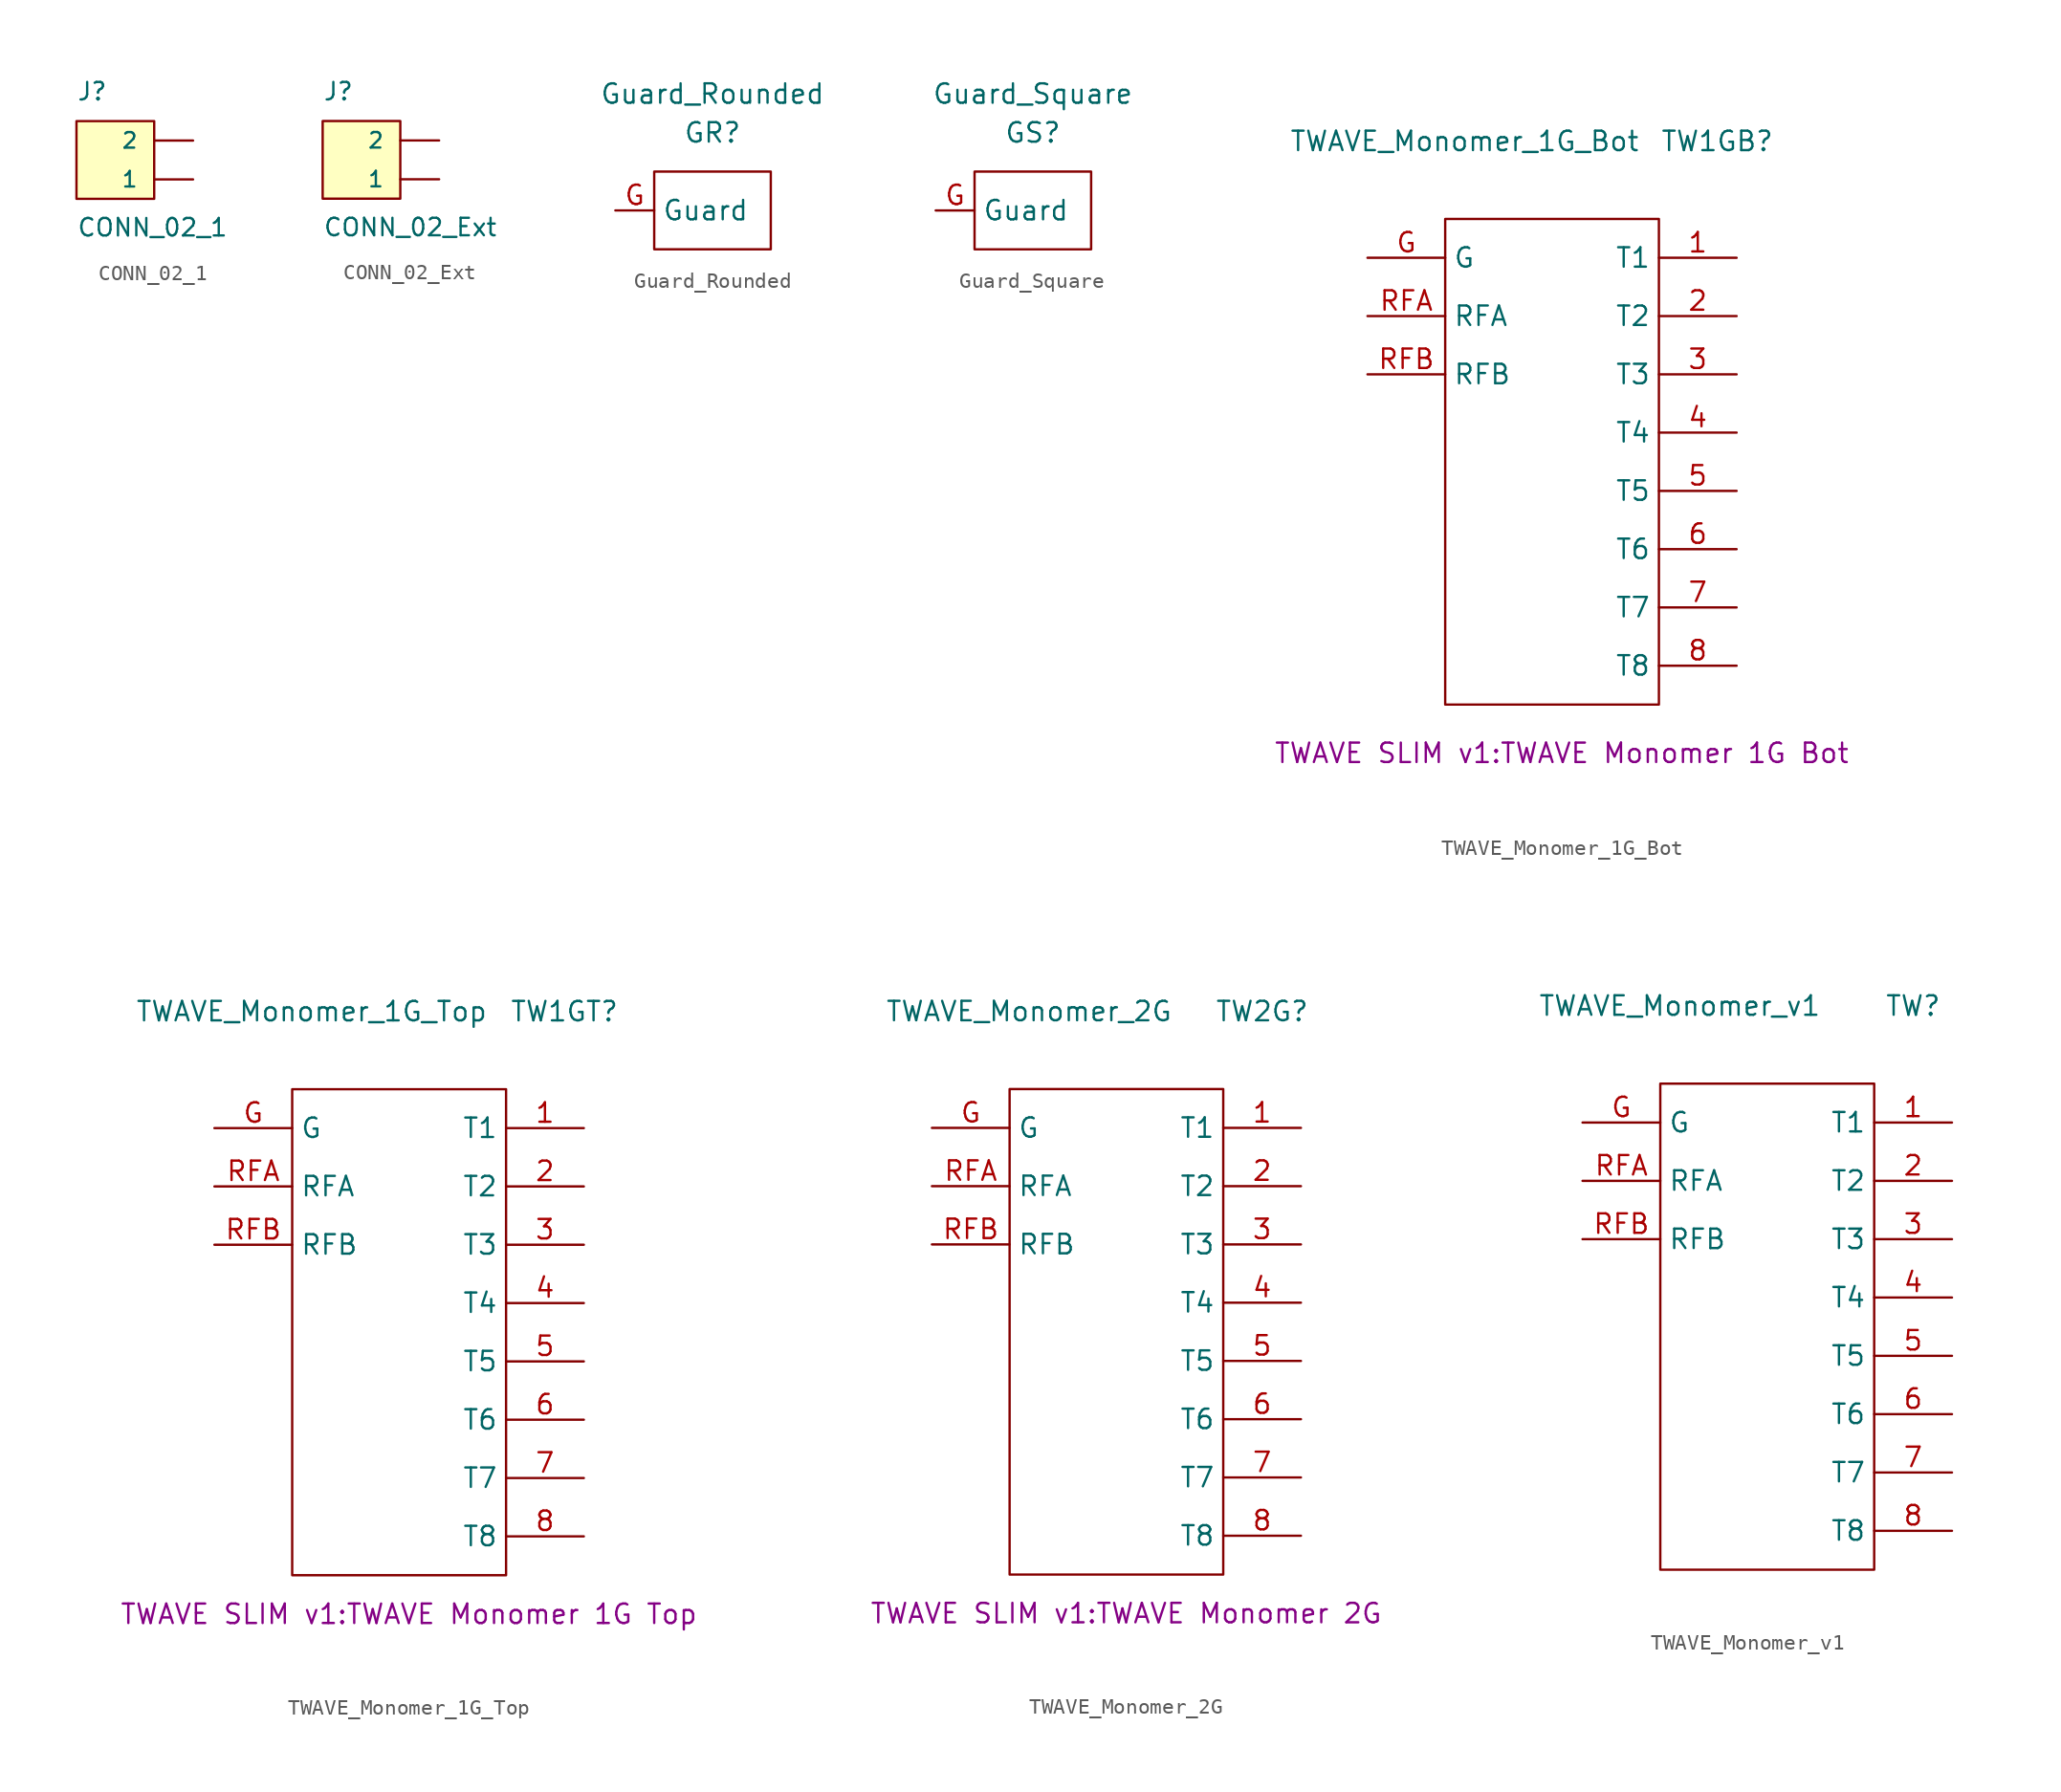
<source format=kicad_sym>
(kicad_symbol_lib
  (version 20211014)
  (generator kicad_symbol_editor)
  (symbol "CONN_02_1"
    (pin_numbers hide)
    (pin_names
      (offset 1.016))
    (property "Reference" "J"
      (at -5.08 5.08 0)
      (effects (font (size 1.143 1.143)) (justify left bottom)))
    (property "Value" "CONN_02_1"
      (at -5.08 -3.81 0)
      (effects (font (size 1.143 1.143)) (justify left bottom)))
    (property "ki_locked" ""
      (at 0 0 0)
      (effects (font (size 1.27 1.27))))
    (symbol "CONN_02_1_1_0"
      (rectangle (start 0 -1.27) (end -5.08 3.81) (stroke (width 0) (type default) (color 0 0 0 0)) (fill (type background))))
    (symbol "CONN_02_1_1_1"
      (pin passive line (at 2.54 0 180) (length 2.54) (name "1" (effects (font (size 1.016 1.016)))) (number "1" (effects (font (size 1.016 1.016)))))
      (pin passive line (at 2.54 2.54 180) (length 2.54) (name "2" (effects (font (size 1.016 1.016)))) (number "2" (effects (font (size 1.016 1.016)))))))
  (symbol "CONN_02_Ext"
    (pin_numbers hide)
    (pin_names
      (offset 1.016))
    (property "Reference" "J"
      (at -5.08 5.08 0)
      (effects (font (size 1.143 1.143)) (justify left bottom)))
    (property "Value" "CONN_02_Ext"
      (at -5.08 -3.81 0)
      (effects (font (size 1.143 1.143)) (justify left bottom)))
    (symbol "CONN_02_Ext_1_0"
      (rectangle (start 0 -1.27) (end -5.08 3.81) (stroke (width 0) (type default) (color 0 0 0 0)) (fill (type background))))
    (symbol "CONN_02_Ext_1_1"
      (pin passive line (at 2.54 0 180) (length 2.54) (name "1" (effects (font (size 1.016 1.016)))) (number "1" (effects (font (size 1.016 1.016)))))
      (pin passive line (at 2.54 2.54 180) (length 2.54) (name "2" (effects (font (size 1.016 1.016)))) (number "2" (effects (font (size 1.016 1.016)))))))
  (symbol "Guard_Rounded"
    (property "Reference" "GR"
      (at 0 0 0)
      (effects (font (size 1.27 1.27))))
    (property "Value" "Guard_Rounded"
      (at 0 2.54 0)
      (effects (font (size 1.27 1.27))))
    (symbol "Guard_Rounded_0_1"
      (rectangle (start -3.81 -2.54) (end 3.81 -7.62) (stroke (width 0) (type default) (color 0 0 0 0)) (fill (type none))))
    (symbol "Guard_Rounded_1_1"
      (pin input line (at -6.35 -5.08 0) (length 2.54) (name "Guard" (effects (font (size 1.27 1.27)))) (number "G" (effects (font (size 1.27 1.27)))))))
  (symbol "Guard_Square"
    (property "Reference" "GS"
      (at 0 0 0)
      (effects (font (size 1.27 1.27))))
    (property "Value" "Guard_Square"
      (at 0 2.54 0)
      (effects (font (size 1.27 1.27))))
    (symbol "Guard_Square_0_1"
      (rectangle (start -3.81 -2.54) (end 3.81 -7.62) (stroke (width 0) (type default) (color 0 0 0 0)) (fill (type none))))
    (symbol "Guard_Square_1_1"
      (pin input line (at -6.35 -5.08 0) (length 2.54) (name "Guard" (effects (font (size 1.27 1.27)))) (number "G" (effects (font (size 1.27 1.27)))))))
  (symbol "TWAVE_Monomer_1G_Bot"
    (property "Reference" "TW1GB"
      (at 10.16 20.955 0)
      (effects (font (size 1.27 1.27))))
    (property "Value" "TWAVE_Monomer_1G_Bot"
      (at -6.35 20.955 0)
      (effects (font (size 1.27 1.27))))
    (property "Footprint" "TWAVE SLIM v1:TWAVE Monomer 1G Bot"
      (at 0 -19.05 0)
      (effects (font (size 1.27 1.27))))
    (symbol "TWAVE_Monomer_1G_Bot_0_1"
      (rectangle (start -7.62 15.875) (end 6.35 -15.875) (stroke (width 0) (type default) (color 0 0 0 0)) (fill (type none))))
    (symbol "TWAVE_Monomer_1G_Bot_1_1"
      (pin input line (at 11.43 13.335 180) (length 5.08) (name "T1" (effects (font (size 1.27 1.27)))) (number "1" (effects (font (size 1.27 1.27)))))
      (pin input line (at 11.43 9.525 180) (length 5.08) (name "T2" (effects (font (size 1.27 1.27)))) (number "2" (effects (font (size 1.27 1.27)))))
      (pin input line (at 11.43 5.715 180) (length 5.08) (name "T3" (effects (font (size 1.27 1.27)))) (number "3" (effects (font (size 1.27 1.27)))))
      (pin input line (at 11.43 1.905 180) (length 5.08) (name "T4" (effects (font (size 1.27 1.27)))) (number "4" (effects (font (size 1.27 1.27)))))
      (pin input line (at 11.43 -1.905 180) (length 5.08) (name "T5" (effects (font (size 1.27 1.27)))) (number "5" (effects (font (size 1.27 1.27)))))
      (pin input line (at 11.43 -5.715 180) (length 5.08) (name "T6" (effects (font (size 1.27 1.27)))) (number "6" (effects (font (size 1.27 1.27)))))
      (pin input line (at 11.43 -9.525 180) (length 5.08) (name "T7" (effects (font (size 1.27 1.27)))) (number "7" (effects (font (size 1.27 1.27)))))
      (pin input line (at 11.43 -13.335 180) (length 5.08) (name "T8" (effects (font (size 1.27 1.27)))) (number "8" (effects (font (size 1.27 1.27)))))
      (pin input line (at -12.7 13.335 0) (length 5.08) (name "G" (effects (font (size 1.27 1.27)))) (number "G" (effects (font (size 1.27 1.27)))))
      (pin input line (at -12.7 9.525 0) (length 5.08) (name "RFA" (effects (font (size 1.27 1.27)))) (number "RFA" (effects (font (size 1.27 1.27)))))
      (pin input line (at -12.7 5.715 0) (length 5.08) (name "RFB" (effects (font (size 1.27 1.27)))) (number "RFB" (effects (font (size 1.27 1.27)))))))
  (symbol "TWAVE_Monomer_1G_Top"
    (property "Reference" "TW1GT"
      (at 10.16 20.955 0)
      (effects (font (size 1.27 1.27))))
    (property "Value" "TWAVE_Monomer_1G_Top"
      (at -6.35 20.955 0)
      (effects (font (size 1.27 1.27))))
    (property "Footprint" "TWAVE SLIM v1:TWAVE Monomer 1G Top"
      (at 0 -18.415 0)
      (effects (font (size 1.27 1.27))))
    (symbol "TWAVE_Monomer_1G_Top_0_1"
      (rectangle (start -7.62 15.875) (end 6.35 -15.875) (stroke (width 0) (type default) (color 0 0 0 0)) (fill (type none))))
    (symbol "TWAVE_Monomer_1G_Top_1_1"
      (pin input line (at 11.43 13.335 180) (length 5.08) (name "T1" (effects (font (size 1.27 1.27)))) (number "1" (effects (font (size 1.27 1.27)))))
      (pin input line (at 11.43 9.525 180) (length 5.08) (name "T2" (effects (font (size 1.27 1.27)))) (number "2" (effects (font (size 1.27 1.27)))))
      (pin input line (at 11.43 5.715 180) (length 5.08) (name "T3" (effects (font (size 1.27 1.27)))) (number "3" (effects (font (size 1.27 1.27)))))
      (pin input line (at 11.43 1.905 180) (length 5.08) (name "T4" (effects (font (size 1.27 1.27)))) (number "4" (effects (font (size 1.27 1.27)))))
      (pin input line (at 11.43 -1.905 180) (length 5.08) (name "T5" (effects (font (size 1.27 1.27)))) (number "5" (effects (font (size 1.27 1.27)))))
      (pin input line (at 11.43 -5.715 180) (length 5.08) (name "T6" (effects (font (size 1.27 1.27)))) (number "6" (effects (font (size 1.27 1.27)))))
      (pin input line (at 11.43 -9.525 180) (length 5.08) (name "T7" (effects (font (size 1.27 1.27)))) (number "7" (effects (font (size 1.27 1.27)))))
      (pin input line (at 11.43 -13.335 180) (length 5.08) (name "T8" (effects (font (size 1.27 1.27)))) (number "8" (effects (font (size 1.27 1.27)))))
      (pin input line (at -12.7 13.335 0) (length 5.08) (name "G" (effects (font (size 1.27 1.27)))) (number "G" (effects (font (size 1.27 1.27)))))
      (pin input line (at -12.7 9.525 0) (length 5.08) (name "RFA" (effects (font (size 1.27 1.27)))) (number "RFA" (effects (font (size 1.27 1.27)))))
      (pin input line (at -12.7 5.715 0) (length 5.08) (name "RFB" (effects (font (size 1.27 1.27)))) (number "RFB" (effects (font (size 1.27 1.27)))))))
  (symbol "TWAVE_Monomer_2G"
    (property "Reference" "TW2G"
      (at 8.89 20.955 0)
      (effects (font (size 1.27 1.27))))
    (property "Value" "TWAVE_Monomer_2G"
      (at -6.35 20.955 0)
      (effects (font (size 1.27 1.27))))
    (property "Footprint" "TWAVE SLIM v1:TWAVE Monomer 2G"
      (at 0 -18.415 0)
      (effects (font (size 1.27 1.27))))
    (symbol "TWAVE_Monomer_2G_0_1"
      (rectangle (start -7.62 15.875) (end 6.35 -15.875) (stroke (width 0) (type default) (color 0 0 0 0)) (fill (type none))))
    (symbol "TWAVE_Monomer_2G_1_1"
      (pin input line (at 11.43 13.335 180) (length 5.08) (name "T1" (effects (font (size 1.27 1.27)))) (number "1" (effects (font (size 1.27 1.27)))))
      (pin input line (at 11.43 9.525 180) (length 5.08) (name "T2" (effects (font (size 1.27 1.27)))) (number "2" (effects (font (size 1.27 1.27)))))
      (pin input line (at 11.43 5.715 180) (length 5.08) (name "T3" (effects (font (size 1.27 1.27)))) (number "3" (effects (font (size 1.27 1.27)))))
      (pin input line (at 11.43 1.905 180) (length 5.08) (name "T4" (effects (font (size 1.27 1.27)))) (number "4" (effects (font (size 1.27 1.27)))))
      (pin input line (at 11.43 -1.905 180) (length 5.08) (name "T5" (effects (font (size 1.27 1.27)))) (number "5" (effects (font (size 1.27 1.27)))))
      (pin input line (at 11.43 -5.715 180) (length 5.08) (name "T6" (effects (font (size 1.27 1.27)))) (number "6" (effects (font (size 1.27 1.27)))))
      (pin input line (at 11.43 -9.525 180) (length 5.08) (name "T7" (effects (font (size 1.27 1.27)))) (number "7" (effects (font (size 1.27 1.27)))))
      (pin input line (at 11.43 -13.335 180) (length 5.08) (name "T8" (effects (font (size 1.27 1.27)))) (number "8" (effects (font (size 1.27 1.27)))))
      (pin input line (at -12.7 13.335 0) (length 5.08) (name "G" (effects (font (size 1.27 1.27)))) (number "G" (effects (font (size 1.27 1.27)))))
      (pin input line (at -12.7 9.525 0) (length 5.08) (name "RFA" (effects (font (size 1.27 1.27)))) (number "RFA" (effects (font (size 1.27 1.27)))))
      (pin input line (at -12.7 5.715 0) (length 5.08) (name "RFB" (effects (font (size 1.27 1.27)))) (number "RFB" (effects (font (size 1.27 1.27)))))))
  (symbol "TWAVE_Monomer_v1"
    (property "Reference" "TW"
      (at 8.89 20.955 0)
      (effects (font (size 1.27 1.27))))
    (property "Value" "TWAVE_Monomer_v1"
      (at -6.35 20.955 0)
      (effects (font (size 1.27 1.27))))
    (symbol "TWAVE_Monomer_v1_0_1"
      (rectangle (start -7.62 15.875) (end 6.35 -15.875) (stroke (width 0) (type default) (color 0 0 0 0)) (fill (type none))))
    (symbol "TWAVE_Monomer_v1_1_1"
      (pin input line (at 11.43 13.335 180) (length 5.08) (name "T1" (effects (font (size 1.27 1.27)))) (number "1" (effects (font (size 1.27 1.27)))))
      (pin input line (at 11.43 9.525 180) (length 5.08) (name "T2" (effects (font (size 1.27 1.27)))) (number "2" (effects (font (size 1.27 1.27)))))
      (pin input line (at 11.43 5.715 180) (length 5.08) (name "T3" (effects (font (size 1.27 1.27)))) (number "3" (effects (font (size 1.27 1.27)))))
      (pin input line (at 11.43 1.905 180) (length 5.08) (name "T4" (effects (font (size 1.27 1.27)))) (number "4" (effects (font (size 1.27 1.27)))))
      (pin input line (at 11.43 -1.905 180) (length 5.08) (name "T5" (effects (font (size 1.27 1.27)))) (number "5" (effects (font (size 1.27 1.27)))))
      (pin input line (at 11.43 -5.715 180) (length 5.08) (name "T6" (effects (font (size 1.27 1.27)))) (number "6" (effects (font (size 1.27 1.27)))))
      (pin input line (at 11.43 -9.525 180) (length 5.08) (name "T7" (effects (font (size 1.27 1.27)))) (number "7" (effects (font (size 1.27 1.27)))))
      (pin input line (at 11.43 -13.335 180) (length 5.08) (name "T8" (effects (font (size 1.27 1.27)))) (number "8" (effects (font (size 1.27 1.27)))))
      (pin input line (at -12.7 13.335 0) (length 5.08) (name "G" (effects (font (size 1.27 1.27)))) (number "G" (effects (font (size 1.27 1.27)))))
      (pin input line (at -12.7 9.525 0) (length 5.08) (name "RFA" (effects (font (size 1.27 1.27)))) (number "RFA" (effects (font (size 1.27 1.27)))))
      (pin input line (at -12.7 5.715 0) (length 5.08) (name "RFB" (effects (font (size 1.27 1.27)))) (number "RFB" (effects (font (size 1.27 1.27))))))))
</source>
